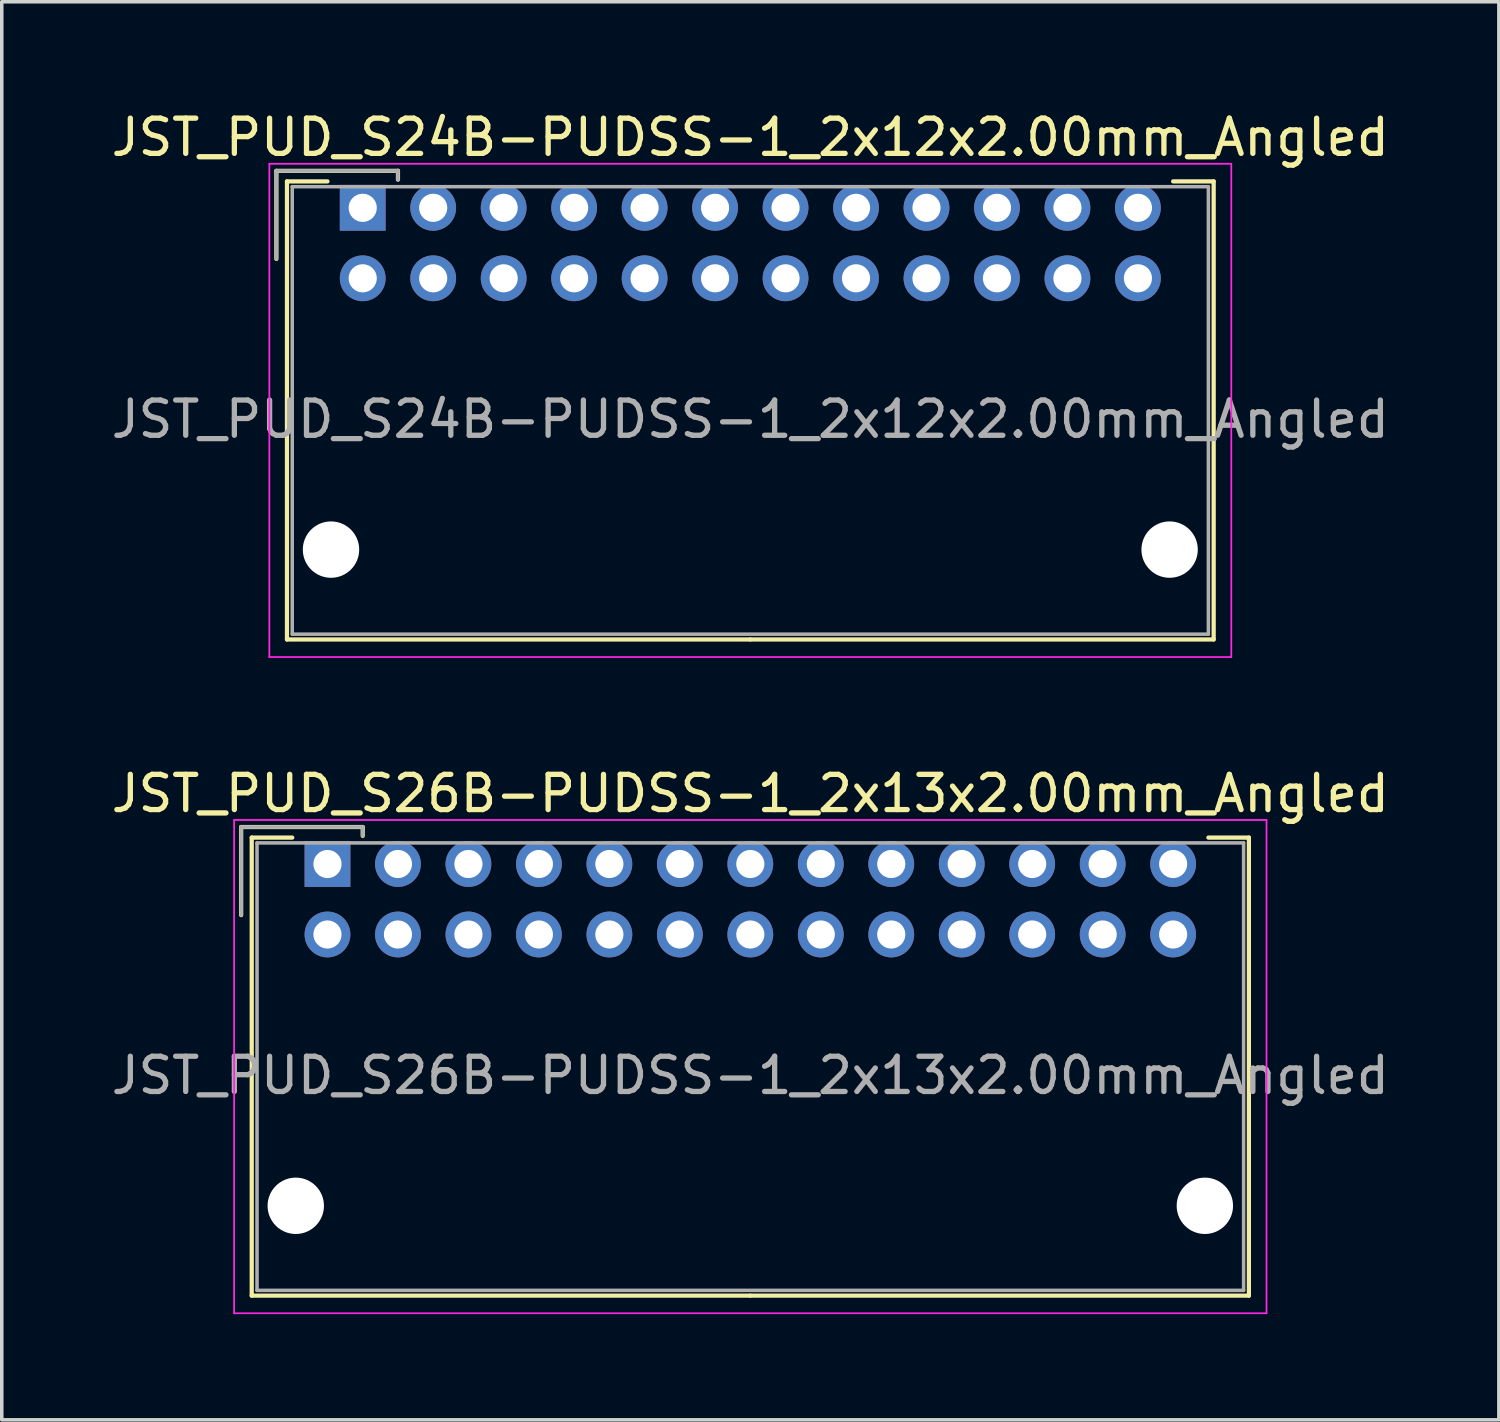
<source format=kicad_pcb>
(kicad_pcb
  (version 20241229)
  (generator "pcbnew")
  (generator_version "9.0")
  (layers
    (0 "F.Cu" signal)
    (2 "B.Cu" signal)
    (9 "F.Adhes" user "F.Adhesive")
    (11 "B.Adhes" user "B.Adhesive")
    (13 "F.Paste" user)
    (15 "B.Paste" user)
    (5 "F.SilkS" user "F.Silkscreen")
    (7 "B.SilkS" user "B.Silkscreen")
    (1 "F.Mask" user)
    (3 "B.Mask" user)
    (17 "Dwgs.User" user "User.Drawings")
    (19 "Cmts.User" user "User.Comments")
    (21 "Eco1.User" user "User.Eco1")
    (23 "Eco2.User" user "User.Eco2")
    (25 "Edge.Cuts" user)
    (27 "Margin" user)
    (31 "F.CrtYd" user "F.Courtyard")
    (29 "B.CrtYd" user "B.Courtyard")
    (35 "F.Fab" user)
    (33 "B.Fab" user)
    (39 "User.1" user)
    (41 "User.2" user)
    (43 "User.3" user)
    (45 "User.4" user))
  (footprint "JST_PUD_S26B-PUDSS-1_2x13x2.00mm_Angled"
    (layer "F.Cu")
    (at 6.244 21.471)
    (property "Reference" "JST_PUD_S26B-PUDSS-1_2x13x2.00mm_Angled" (at 12 -2 0) (layer "F.SilkS") (effects (font (size 1 1) (thickness 0.15))))
    (attr through_hole)
    (fp_line (start -2.45 -1.05) (end -2.45 1.45) (stroke (width 0.12) (type solid)) (layer "F.SilkS"))
    (fp_line (start -2.15 -0.75) (end -2.15 12.25) (stroke (width 0.12) (type solid)) (layer "F.SilkS"))
    (fp_line (start -2.15 12.25) (end 12 12.25) (stroke (width 0.12) (type solid)) (layer "F.SilkS"))
    (fp_line (start -1 -0.75) (end -2.15 -0.75) (stroke (width 0.12) (type solid)) (layer "F.SilkS"))
    (fp_line (start 1 -1.05) (end -2.45 -1.05) (stroke (width 0.12) (type solid)) (layer "F.SilkS"))
    (fp_line (start 1 -0.8) (end 1 -1.05) (stroke (width 0.12) (type solid)) (layer "F.SilkS"))
    (fp_line (start 25 -0.75) (end 26.15 -0.75) (stroke (width 0.12) (type solid)) (layer "F.SilkS"))
    (fp_line (start 26.15 -0.75) (end 26.15 12.25) (stroke (width 0.12) (type solid)) (layer "F.SilkS"))
    (fp_line (start 26.15 12.25) (end 12 12.25) (stroke (width 0.12) (type solid)) (layer "F.SilkS"))
    (fp_line (start -2.65 -1.25) (end -2.65 12.75) (stroke (width 0.05) (type solid)) (layer "F.CrtYd"))
    (fp_line (start -2.65 12.75) (end 26.65 12.75) (stroke (width 0.05) (type solid)) (layer "F.CrtYd"))
    (fp_line (start 26.65 -1.25) (end -2.65 -1.25) (stroke (width 0.05) (type solid)) (layer "F.CrtYd"))
    (fp_line (start 26.65 12.75) (end 26.65 -1.25) (stroke (width 0.05) (type solid)) (layer "F.CrtYd"))
    (fp_line (start -2.45 -1.05) (end -2.45 1.45) (stroke (width 0.1) (type solid)) (layer "F.Fab"))
    (fp_line (start -2 -0.6) (end -2 12.1) (stroke (width 0.1) (type solid)) (layer "F.Fab"))
    (fp_line (start -2 12.1) (end 26 12.1) (stroke (width 0.1) (type solid)) (layer "F.Fab"))
    (fp_line (start 1 -1.05) (end -2.45 -1.05) (stroke (width 0.1) (type solid)) (layer "F.Fab"))
    (fp_line (start 1 -0.8) (end 1 -1.05) (stroke (width 0.1) (type solid)) (layer "F.Fab"))
    (fp_line (start 26 -0.6) (end -2 -0.6) (stroke (width 0.1) (type solid)) (layer "F.Fab"))
    (fp_line (start 26 12.1) (end 26 -0.6) (stroke (width 0.1) (type solid)) (layer "F.Fab"))
    (fp_text user "${REFERENCE}" (at 12 6 0) (layer "F.Fab") (effects (font (size 1 1) (thickness 0.15))))
    (pad "" np_thru_hole circle (at -0.9 9.7) (size 1.6 1.6) (drill 1.6) (layers "*.Cu"))
    (pad "" np_thru_hole circle (at 24.9 9.7) (size 1.6 1.6) (drill 1.6) (layers "*.Cu"))
    (pad "1" thru_hole rect (at 0 0) (size 1.3 1.3) (drill 0.8) (layers "*.Cu" "*.Mask"))
    (pad "2" thru_hole circle (at 0 2) (size 1.3 1.3) (drill 0.8) (layers "*.Cu" "*.Mask"))
    (pad "3" thru_hole circle (at 2 0) (size 1.3 1.3) (drill 0.8) (layers "*.Cu" "*.Mask"))
    (pad "4" thru_hole circle (at 2 2) (size 1.3 1.3) (drill 0.8) (layers "*.Cu" "*.Mask"))
    (pad "5" thru_hole circle (at 4 0) (size 1.3 1.3) (drill 0.8) (layers "*.Cu" "*.Mask"))
    (pad "6" thru_hole circle (at 4 2) (size 1.3 1.3) (drill 0.8) (layers "*.Cu" "*.Mask"))
    (pad "7" thru_hole circle (at 6 0) (size 1.3 1.3) (drill 0.8) (layers "*.Cu" "*.Mask"))
    (pad "8" thru_hole circle (at 6 2) (size 1.3 1.3) (drill 0.8) (layers "*.Cu" "*.Mask"))
    (pad "9" thru_hole circle (at 8 0) (size 1.3 1.3) (drill 0.8) (layers "*.Cu" "*.Mask"))
    (pad "10" thru_hole circle (at 8 2) (size 1.3 1.3) (drill 0.8) (layers "*.Cu" "*.Mask"))
    (pad "11" thru_hole circle (at 10 0) (size 1.3 1.3) (drill 0.8) (layers "*.Cu" "*.Mask"))
    (pad "12" thru_hole circle (at 10 2) (size 1.3 1.3) (drill 0.8) (layers "*.Cu" "*.Mask"))
    (pad "13" thru_hole circle (at 12 0) (size 1.3 1.3) (drill 0.8) (layers "*.Cu" "*.Mask"))
    (pad "14" thru_hole circle (at 12 2) (size 1.3 1.3) (drill 0.8) (layers "*.Cu" "*.Mask"))
    (pad "15" thru_hole circle (at 14 0) (size 1.3 1.3) (drill 0.8) (layers "*.Cu" "*.Mask"))
    (pad "16" thru_hole circle (at 14 2) (size 1.3 1.3) (drill 0.8) (layers "*.Cu" "*.Mask"))
    (pad "17" thru_hole circle (at 16 0) (size 1.3 1.3) (drill 0.8) (layers "*.Cu" "*.Mask"))
    (pad "18" thru_hole circle (at 16 2) (size 1.3 1.3) (drill 0.8) (layers "*.Cu" "*.Mask"))
    (pad "19" thru_hole circle (at 18 0) (size 1.3 1.3) (drill 0.8) (layers "*.Cu" "*.Mask"))
    (pad "20" thru_hole circle (at 18 2) (size 1.3 1.3) (drill 0.8) (layers "*.Cu" "*.Mask"))
    (pad "21" thru_hole circle (at 20 0) (size 1.3 1.3) (drill 0.8) (layers "*.Cu" "*.Mask"))
    (pad "22" thru_hole circle (at 20 2) (size 1.3 1.3) (drill 0.8) (layers "*.Cu" "*.Mask"))
    (pad "23" thru_hole circle (at 22 0) (size 1.3 1.3) (drill 0.8) (layers "*.Cu" "*.Mask"))
    (pad "24" thru_hole circle (at 22 2) (size 1.3 1.3) (drill 0.8) (layers "*.Cu" "*.Mask"))
    (pad "25" thru_hole circle (at 24 0) (size 1.3 1.3) (drill 0.8) (layers "*.Cu" "*.Mask"))
    (pad "26" thru_hole circle (at 24 2) (size 1.3 1.3) (drill 0.8) (layers "*.Cu" "*.Mask")))
  (footprint "JST_PUD_S24B-PUDSS-1_2x12x2.00mm_Angled"
    (layer "F.Cu")
    (at 7.244 2.848)
    (property "Reference" "JST_PUD_S24B-PUDSS-1_2x12x2.00mm_Angled" (at 11 -2 0) (layer "F.SilkS") (effects (font (size 1 1) (thickness 0.15))))
    (attr through_hole)
    (fp_line (start -2.45 -1.05) (end -2.45 1.45) (stroke (width 0.12) (type solid)) (layer "F.SilkS"))
    (fp_line (start -2.15 -0.75) (end -2.15 12.25) (stroke (width 0.12) (type solid)) (layer "F.SilkS"))
    (fp_line (start -2.15 12.25) (end 11 12.25) (stroke (width 0.12) (type solid)) (layer "F.SilkS"))
    (fp_line (start -1 -0.75) (end -2.15 -0.75) (stroke (width 0.12) (type solid)) (layer "F.SilkS"))
    (fp_line (start 1 -1.05) (end -2.45 -1.05) (stroke (width 0.12) (type solid)) (layer "F.SilkS"))
    (fp_line (start 1 -0.8) (end 1 -1.05) (stroke (width 0.12) (type solid)) (layer "F.SilkS"))
    (fp_line (start 23 -0.75) (end 24.15 -0.75) (stroke (width 0.12) (type solid)) (layer "F.SilkS"))
    (fp_line (start 24.15 -0.75) (end 24.15 12.25) (stroke (width 0.12) (type solid)) (layer "F.SilkS"))
    (fp_line (start 24.15 12.25) (end 11 12.25) (stroke (width 0.12) (type solid)) (layer "F.SilkS"))
    (fp_line (start -2.65 -1.25) (end -2.65 12.75) (stroke (width 0.05) (type solid)) (layer "F.CrtYd"))
    (fp_line (start -2.65 12.75) (end 24.65 12.75) (stroke (width 0.05) (type solid)) (layer "F.CrtYd"))
    (fp_line (start 24.65 -1.25) (end -2.65 -1.25) (stroke (width 0.05) (type solid)) (layer "F.CrtYd"))
    (fp_line (start 24.65 12.75) (end 24.65 -1.25) (stroke (width 0.05) (type solid)) (layer "F.CrtYd"))
    (fp_line (start -2.45 -1.05) (end -2.45 1.45) (stroke (width 0.1) (type solid)) (layer "F.Fab"))
    (fp_line (start -2 -0.6) (end -2 12.1) (stroke (width 0.1) (type solid)) (layer "F.Fab"))
    (fp_line (start -2 12.1) (end 24 12.1) (stroke (width 0.1) (type solid)) (layer "F.Fab"))
    (fp_line (start 1 -1.05) (end -2.45 -1.05) (stroke (width 0.1) (type solid)) (layer "F.Fab"))
    (fp_line (start 1 -0.8) (end 1 -1.05) (stroke (width 0.1) (type solid)) (layer "F.Fab"))
    (fp_line (start 24 -0.6) (end -2 -0.6) (stroke (width 0.1) (type solid)) (layer "F.Fab"))
    (fp_line (start 24 12.1) (end 24 -0.6) (stroke (width 0.1) (type solid)) (layer "F.Fab"))
    (fp_text user "${REFERENCE}" (at 11 6 0) (layer "F.Fab") (effects (font (size 1 1) (thickness 0.15))))
    (pad "" np_thru_hole circle (at -0.9 9.7) (size 1.6 1.6) (drill 1.6) (layers "*.Cu"))
    (pad "" np_thru_hole circle (at 22.9 9.7) (size 1.6 1.6) (drill 1.6) (layers "*.Cu"))
    (pad "1" thru_hole rect (at 0 0) (size 1.3 1.3) (drill 0.8) (layers "*.Cu" "*.Mask"))
    (pad "2" thru_hole circle (at 0 2) (size 1.3 1.3) (drill 0.8) (layers "*.Cu" "*.Mask"))
    (pad "3" thru_hole circle (at 2 0) (size 1.3 1.3) (drill 0.8) (layers "*.Cu" "*.Mask"))
    (pad "4" thru_hole circle (at 2 2) (size 1.3 1.3) (drill 0.8) (layers "*.Cu" "*.Mask"))
    (pad "5" thru_hole circle (at 4 0) (size 1.3 1.3) (drill 0.8) (layers "*.Cu" "*.Mask"))
    (pad "6" thru_hole circle (at 4 2) (size 1.3 1.3) (drill 0.8) (layers "*.Cu" "*.Mask"))
    (pad "7" thru_hole circle (at 6 0) (size 1.3 1.3) (drill 0.8) (layers "*.Cu" "*.Mask"))
    (pad "8" thru_hole circle (at 6 2) (size 1.3 1.3) (drill 0.8) (layers "*.Cu" "*.Mask"))
    (pad "9" thru_hole circle (at 8 0) (size 1.3 1.3) (drill 0.8) (layers "*.Cu" "*.Mask"))
    (pad "10" thru_hole circle (at 8 2) (size 1.3 1.3) (drill 0.8) (layers "*.Cu" "*.Mask"))
    (pad "11" thru_hole circle (at 10 0) (size 1.3 1.3) (drill 0.8) (layers "*.Cu" "*.Mask"))
    (pad "12" thru_hole circle (at 10 2) (size 1.3 1.3) (drill 0.8) (layers "*.Cu" "*.Mask"))
    (pad "13" thru_hole circle (at 12 0) (size 1.3 1.3) (drill 0.8) (layers "*.Cu" "*.Mask"))
    (pad "14" thru_hole circle (at 12 2) (size 1.3 1.3) (drill 0.8) (layers "*.Cu" "*.Mask"))
    (pad "15" thru_hole circle (at 14 0) (size 1.3 1.3) (drill 0.8) (layers "*.Cu" "*.Mask"))
    (pad "16" thru_hole circle (at 14 2) (size 1.3 1.3) (drill 0.8) (layers "*.Cu" "*.Mask"))
    (pad "17" thru_hole circle (at 16 0) (size 1.3 1.3) (drill 0.8) (layers "*.Cu" "*.Mask"))
    (pad "18" thru_hole circle (at 16 2) (size 1.3 1.3) (drill 0.8) (layers "*.Cu" "*.Mask"))
    (pad "19" thru_hole circle (at 18 0) (size 1.3 1.3) (drill 0.8) (layers "*.Cu" "*.Mask"))
    (pad "20" thru_hole circle (at 18 2) (size 1.3 1.3) (drill 0.8) (layers "*.Cu" "*.Mask"))
    (pad "21" thru_hole circle (at 20 0) (size 1.3 1.3) (drill 0.8) (layers "*.Cu" "*.Mask"))
    (pad "22" thru_hole circle (at 20 2) (size 1.3 1.3) (drill 0.8) (layers "*.Cu" "*.Mask"))
    (pad "23" thru_hole circle (at 22 0) (size 1.3 1.3) (drill 0.8) (layers "*.Cu" "*.Mask"))
    (pad "24" thru_hole circle (at 22 2) (size 1.3 1.3) (drill 0.8) (layers "*.Cu" "*.Mask")))
  (gr_rect
    (start -3 -3)
    (end 39.488 37.246)
    (stroke (width 0.1) (type default))
    (fill no)
    (layer "Edge.Cuts")))
</source>
